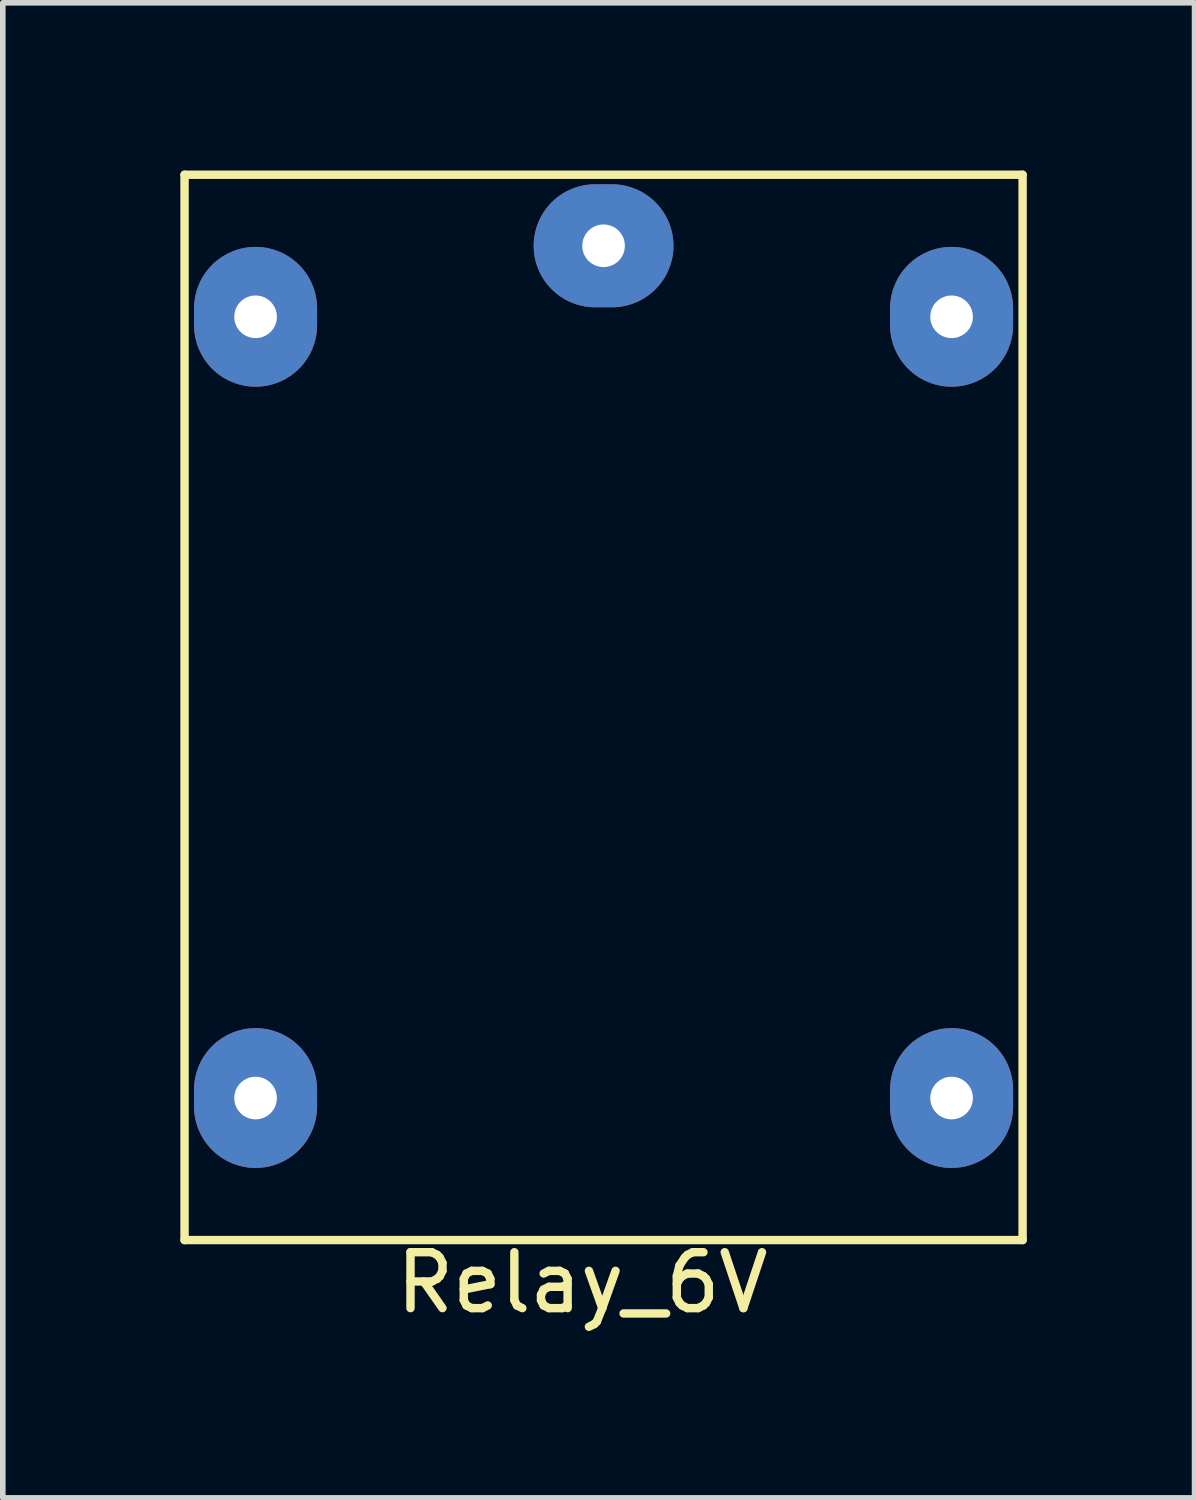
<source format=kicad_pcb>
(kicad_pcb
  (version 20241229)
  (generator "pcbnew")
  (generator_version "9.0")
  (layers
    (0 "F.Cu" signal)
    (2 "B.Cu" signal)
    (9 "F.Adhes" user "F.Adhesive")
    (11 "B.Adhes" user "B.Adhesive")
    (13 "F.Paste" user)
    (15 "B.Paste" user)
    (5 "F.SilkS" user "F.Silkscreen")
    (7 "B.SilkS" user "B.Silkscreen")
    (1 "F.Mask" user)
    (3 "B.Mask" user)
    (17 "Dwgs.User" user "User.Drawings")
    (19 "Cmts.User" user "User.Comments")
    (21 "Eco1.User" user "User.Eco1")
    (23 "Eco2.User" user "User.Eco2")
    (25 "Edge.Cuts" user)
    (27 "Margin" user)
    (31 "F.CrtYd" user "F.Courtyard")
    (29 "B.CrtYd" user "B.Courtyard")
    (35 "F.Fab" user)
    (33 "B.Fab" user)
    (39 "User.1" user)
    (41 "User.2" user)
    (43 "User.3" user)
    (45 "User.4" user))
  (footprint "Relay_6V"
    (layer "F.Cu")
    (at 0.25 19.125)
    (property "Reference" "Relay_6V" (at 7.112 0.762 0) (layer "F.SilkS") (effects (font (size 1 1) (thickness 0.15))))
    (attr through_hole)
    (fp_line (start 0 -19.05) (end 14.986 -19.05) (stroke (width 0.15) (type solid)) (layer "F.SilkS"))
    (fp_line (start 0 0) (end 0 -19.05) (stroke (width 0.15) (type solid)) (layer "F.SilkS"))
    (fp_line (start 14.986 -19.05) (end 14.986 0) (stroke (width 0.15) (type solid)) (layer "F.SilkS"))
    (fp_line (start 14.986 0) (end 0 0) (stroke (width 0.15) (type solid)) (layer "F.SilkS"))
    (pad "1" thru_hole oval (at 1.27 -16.51) (size 2.2 2.5) (drill 0.762) (layers "*.Cu" "*.Mask"))
    (pad "2" thru_hole oval (at 7.493 -17.78) (size 2.5 2.2) (drill 0.762) (layers "*.Cu" "*.Mask"))
    (pad "3" thru_hole oval (at 1.27 -2.54) (size 2.2 2.5) (drill 0.762) (layers "*.Cu" "*.Mask"))
    (pad "4" thru_hole oval (at 13.716 -2.54) (size 2.2 2.5) (drill 0.762) (layers "*.Cu" "*.Mask"))
    (pad "5" thru_hole oval (at 13.716 -16.51) (size 2.2 2.5) (drill 0.762) (layers "*.Cu" "*.Mask")))
  (gr_rect
    (start -3 -3)
    (end 18.311 23.735)
    (stroke (width 0.1) (type default))
    (fill no)
    (layer "Edge.Cuts")))
</source>
